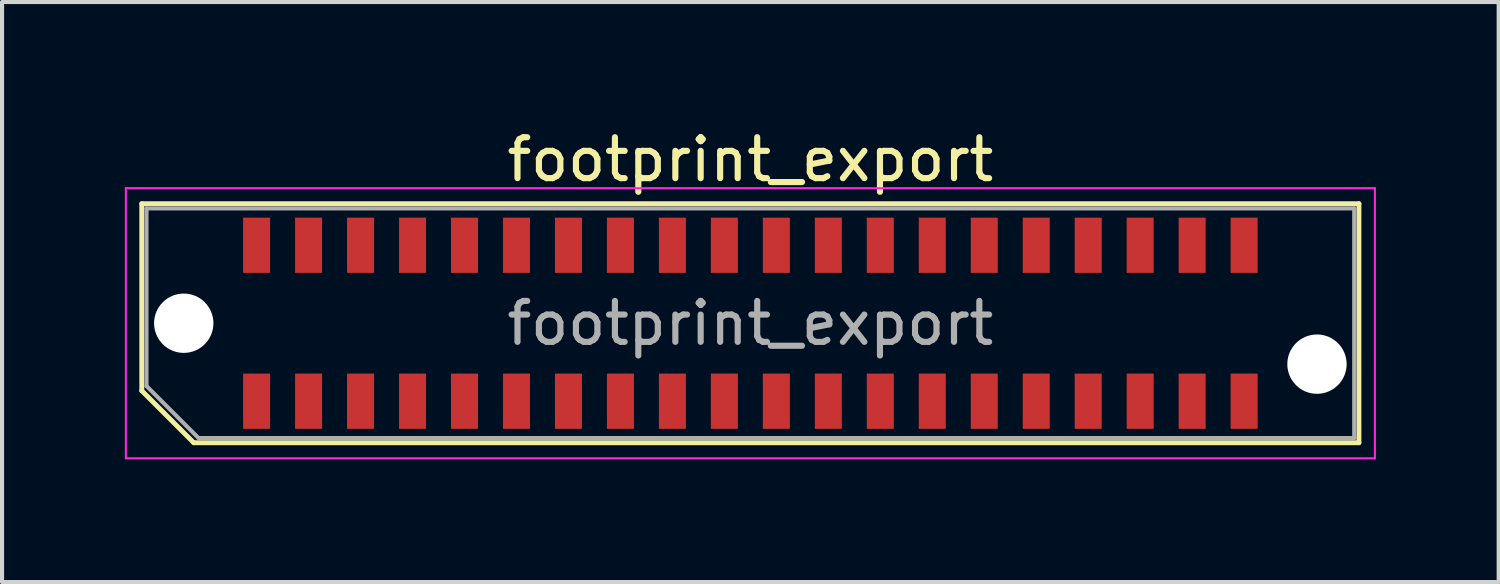
<source format=kicad_pcb>
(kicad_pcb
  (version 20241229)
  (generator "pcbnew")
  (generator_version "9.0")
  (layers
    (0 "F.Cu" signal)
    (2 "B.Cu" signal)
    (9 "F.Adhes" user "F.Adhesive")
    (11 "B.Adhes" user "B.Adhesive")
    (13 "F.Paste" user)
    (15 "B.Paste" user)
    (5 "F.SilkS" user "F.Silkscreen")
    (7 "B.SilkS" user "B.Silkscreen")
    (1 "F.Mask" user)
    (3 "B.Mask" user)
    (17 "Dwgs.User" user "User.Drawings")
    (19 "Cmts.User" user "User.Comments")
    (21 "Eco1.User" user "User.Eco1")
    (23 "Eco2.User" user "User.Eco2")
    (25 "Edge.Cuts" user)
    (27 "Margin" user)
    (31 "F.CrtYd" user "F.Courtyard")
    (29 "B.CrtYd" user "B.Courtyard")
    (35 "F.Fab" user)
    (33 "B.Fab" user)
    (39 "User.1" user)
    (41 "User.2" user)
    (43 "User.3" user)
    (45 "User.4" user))
  (footprint "footprint_export"
    (layer "F.Cu")
    (at 15.285 4.848)
    (property "Reference" "footprint_export" (at 0 -4 0) (layer "F.SilkS") (effects (font (size 1 1) (thickness 0.15))))
    (attr smd)
    (fp_line (start -14.87 -2.92) (end 14.87 -2.92) (stroke (width 0.12) (type solid)) (layer "F.SilkS"))
    (fp_line (start -14.87 1.65) (end -14.87 -2.92) (stroke (width 0.12) (type solid)) (layer "F.SilkS"))
    (fp_line (start -13.6 2.92) (end -14.87 1.65) (stroke (width 0.12) (type solid)) (layer "F.SilkS"))
    (fp_line (start -13.6 2.92) (end 14.87 2.92) (stroke (width 0.12) (type solid)) (layer "F.SilkS"))
    (fp_line (start 14.87 2.92) (end 14.87 -2.92) (stroke (width 0.12) (type solid)) (layer "F.SilkS"))
    (fp_line (start -15.26 -3.3) (end -15.26 3.3) (stroke (width 0.05) (type solid)) (layer "F.CrtYd"))
    (fp_line (start -15.26 3.3) (end 15.26 3.3) (stroke (width 0.05) (type solid)) (layer "F.CrtYd"))
    (fp_line (start 15.26 -3.3) (end -15.26 -3.3) (stroke (width 0.05) (type solid)) (layer "F.CrtYd"))
    (fp_line (start 15.26 3.3) (end 15.26 -3.3) (stroke (width 0.05) (type solid)) (layer "F.CrtYd"))
    (fp_line (start -14.755 -2.805) (end 14.755 -2.805) (stroke (width 0.1) (type solid)) (layer "F.Fab"))
    (fp_line (start -14.755 1.535) (end -14.755 -2.805) (stroke (width 0.1) (type solid)) (layer "F.Fab"))
    (fp_line (start -14.755 1.535) (end -13.485 2.805) (stroke (width 0.1) (type solid)) (layer "F.Fab"))
    (fp_line (start -13.485 2.805) (end 14.755 2.805) (stroke (width 0.1) (type solid)) (layer "F.Fab"))
    (fp_line (start 14.755 2.805) (end 14.755 -2.805) (stroke (width 0.1) (type solid)) (layer "F.Fab"))
    (fp_text user "${REFERENCE}" (at 0 0 0) (layer "F.Fab") (effects (font (size 1 1) (thickness 0.15))))
    (pad "" np_thru_hole circle (at -13.845 0) (size 1.45 1.45) (drill 1.45) (layers "*.Cu" "*.Mask"))
    (pad "" np_thru_hole circle (at 13.845 1) (size 1.45 1.45) (drill 1.45) (layers "*.Cu" "*.Mask"))
    (pad "1" smd rect (at -12.065 1.905) (size 0.66 1.35) (layers "F.Cu" "F.Mask" "F.Paste"))
    (pad "2" smd rect (at -12.065 -1.905) (size 0.66 1.35) (layers "F.Cu" "F.Mask" "F.Paste"))
    (pad "3" smd rect (at -10.795 1.905) (size 0.66 1.35) (layers "F.Cu" "F.Mask" "F.Paste"))
    (pad "4" smd rect (at -10.795 -1.905) (size 0.66 1.35) (layers "F.Cu" "F.Mask" "F.Paste"))
    (pad "5" smd rect (at -9.525 1.905) (size 0.66 1.35) (layers "F.Cu" "F.Mask" "F.Paste"))
    (pad "6" smd rect (at -9.525 -1.905) (size 0.66 1.35) (layers "F.Cu" "F.Mask" "F.Paste"))
    (pad "7" smd rect (at -8.255 1.905) (size 0.66 1.35) (layers "F.Cu" "F.Mask" "F.Paste"))
    (pad "8" smd rect (at -8.255 -1.905) (size 0.66 1.35) (layers "F.Cu" "F.Mask" "F.Paste"))
    (pad "9" smd rect (at -6.985 1.905) (size 0.66 1.35) (layers "F.Cu" "F.Mask" "F.Paste"))
    (pad "10" smd rect (at -6.985 -1.905) (size 0.66 1.35) (layers "F.Cu" "F.Mask" "F.Paste"))
    (pad "11" smd rect (at -5.715 1.905) (size 0.66 1.35) (layers "F.Cu" "F.Mask" "F.Paste"))
    (pad "12" smd rect (at -5.715 -1.905) (size 0.66 1.35) (layers "F.Cu" "F.Mask" "F.Paste"))
    (pad "13" smd rect (at -4.445 1.905) (size 0.66 1.35) (layers "F.Cu" "F.Mask" "F.Paste"))
    (pad "14" smd rect (at -4.445 -1.905) (size 0.66 1.35) (layers "F.Cu" "F.Mask" "F.Paste"))
    (pad "15" smd rect (at -3.175 1.905) (size 0.66 1.35) (layers "F.Cu" "F.Mask" "F.Paste"))
    (pad "16" smd rect (at -3.175 -1.905) (size 0.66 1.35) (layers "F.Cu" "F.Mask" "F.Paste"))
    (pad "17" smd rect (at -1.905 1.905) (size 0.66 1.35) (layers "F.Cu" "F.Mask" "F.Paste"))
    (pad "18" smd rect (at -1.905 -1.905) (size 0.66 1.35) (layers "F.Cu" "F.Mask" "F.Paste"))
    (pad "19" smd rect (at -0.635 1.905) (size 0.66 1.35) (layers "F.Cu" "F.Mask" "F.Paste"))
    (pad "20" smd rect (at -0.635 -1.905) (size 0.66 1.35) (layers "F.Cu" "F.Mask" "F.Paste"))
    (pad "21" smd rect (at 0.635 1.905) (size 0.66 1.35) (layers "F.Cu" "F.Mask" "F.Paste"))
    (pad "22" smd rect (at 0.635 -1.905) (size 0.66 1.35) (layers "F.Cu" "F.Mask" "F.Paste"))
    (pad "23" smd rect (at 1.905 1.905) (size 0.66 1.35) (layers "F.Cu" "F.Mask" "F.Paste"))
    (pad "24" smd rect (at 1.905 -1.905) (size 0.66 1.35) (layers "F.Cu" "F.Mask" "F.Paste"))
    (pad "25" smd rect (at 3.175 1.905) (size 0.66 1.35) (layers "F.Cu" "F.Mask" "F.Paste"))
    (pad "26" smd rect (at 3.175 -1.905) (size 0.66 1.35) (layers "F.Cu" "F.Mask" "F.Paste"))
    (pad "27" smd rect (at 4.445 1.905) (size 0.66 1.35) (layers "F.Cu" "F.Mask" "F.Paste"))
    (pad "28" smd rect (at 4.445 -1.905) (size 0.66 1.35) (layers "F.Cu" "F.Mask" "F.Paste"))
    (pad "29" smd rect (at 5.715 1.905) (size 0.66 1.35) (layers "F.Cu" "F.Mask" "F.Paste"))
    (pad "30" smd rect (at 5.715 -1.905) (size 0.66 1.35) (layers "F.Cu" "F.Mask" "F.Paste"))
    (pad "31" smd rect (at 6.985 1.905) (size 0.66 1.35) (layers "F.Cu" "F.Mask" "F.Paste"))
    (pad "32" smd rect (at 6.985 -1.905) (size 0.66 1.35) (layers "F.Cu" "F.Mask" "F.Paste"))
    (pad "33" smd rect (at 8.255 1.905) (size 0.66 1.35) (layers "F.Cu" "F.Mask" "F.Paste"))
    (pad "34" smd rect (at 8.255 -1.905) (size 0.66 1.35) (layers "F.Cu" "F.Mask" "F.Paste"))
    (pad "35" smd rect (at 9.525 1.905) (size 0.66 1.35) (layers "F.Cu" "F.Mask" "F.Paste"))
    (pad "36" smd rect (at 9.525 -1.905) (size 0.66 1.35) (layers "F.Cu" "F.Mask" "F.Paste"))
    (pad "37" smd rect (at 10.795 1.905) (size 0.66 1.35) (layers "F.Cu" "F.Mask" "F.Paste"))
    (pad "38" smd rect (at 10.795 -1.905) (size 0.66 1.35) (layers "F.Cu" "F.Mask" "F.Paste"))
    (pad "39" smd rect (at 12.065 1.905) (size 0.66 1.35) (layers "F.Cu" "F.Mask" "F.Paste"))
    (pad "40" smd rect (at 12.065 -1.905) (size 0.66 1.35) (layers "F.Cu" "F.Mask" "F.Paste")))
  (gr_rect
    (start -3 -3)
    (end 33.57 11.173)
    (stroke (width 0.1) (type default))
    (fill no)
    (layer "Edge.Cuts")))
</source>
